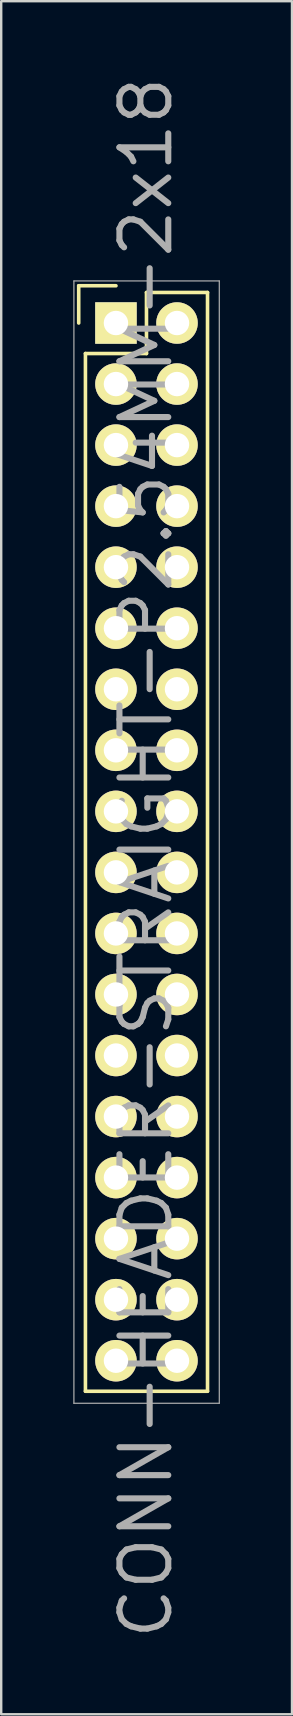
<source format=kicad_pcb>
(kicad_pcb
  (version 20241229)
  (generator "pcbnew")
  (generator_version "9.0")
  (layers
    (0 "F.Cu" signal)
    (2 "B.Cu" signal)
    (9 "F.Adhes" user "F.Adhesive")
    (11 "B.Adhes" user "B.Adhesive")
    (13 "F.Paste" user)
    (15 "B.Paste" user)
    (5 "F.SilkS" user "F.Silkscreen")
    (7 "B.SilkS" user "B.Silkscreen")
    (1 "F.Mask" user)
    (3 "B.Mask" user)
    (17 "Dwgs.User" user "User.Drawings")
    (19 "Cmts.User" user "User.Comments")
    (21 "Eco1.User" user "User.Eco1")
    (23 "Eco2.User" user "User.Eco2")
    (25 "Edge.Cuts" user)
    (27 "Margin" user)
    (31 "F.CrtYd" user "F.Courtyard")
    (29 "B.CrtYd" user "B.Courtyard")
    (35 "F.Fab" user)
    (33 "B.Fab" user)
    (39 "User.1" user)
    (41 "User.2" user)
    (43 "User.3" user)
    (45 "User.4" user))
  (footprint "CONN-HEADER-STRAIGHT-P2.54MM-2x18"
    (layer "F.Cu")
    (at 1.775 10.391)
    (property "Reference" "CONN-HEADER-STRAIGHT-P2.54MM-2x18" (at 1.25 22.25 90) (layer "F.Fab") (effects (font (size 2.032 2.032) (thickness 0.254))))
    (attr smd)
    (fp_line (start -1.55 -1.55) (end -1.55 0) (stroke (width 0.15) (type solid)) (layer "F.SilkS"))
    (fp_line (start -1.27 44.45) (end -1.27 1.27) (stroke (width 0.15) (type solid)) (layer "F.SilkS"))
    (fp_line (start 0 -1.55) (end -1.55 -1.55) (stroke (width 0.15) (type solid)) (layer "F.SilkS"))
    (fp_line (start 1.27 -1.27) (end 1.27 1.27) (stroke (width 0.15) (type solid)) (layer "F.SilkS"))
    (fp_line (start 1.27 1.27) (end -1.27 1.27) (stroke (width 0.15) (type solid)) (layer "F.SilkS"))
    (fp_line (start 3.81 -1.27) (end 1.27 -1.27) (stroke (width 0.15) (type solid)) (layer "F.SilkS"))
    (fp_line (start 3.81 -1.27) (end 3.81 44.45) (stroke (width 0.15) (type solid)) (layer "F.SilkS"))
    (fp_line (start 3.81 44.45) (end -1.27 44.45) (stroke (width 0.15) (type solid)) (layer "F.SilkS"))
    (fp_line (start -1.75 -1.75) (end -1.75 44.95) (stroke (width 0.05) (type solid)) (layer "F.Fab"))
    (fp_line (start -1.75 -1.75) (end 4.3 -1.75) (stroke (width 0.05) (type solid)) (layer "F.Fab"))
    (fp_line (start -1.75 44.95) (end 4.3 44.95) (stroke (width 0.05) (type solid)) (layer "F.Fab"))
    (fp_line (start 4.3 -1.75) (end 4.3 44.95) (stroke (width 0.05) (type solid)) (layer "F.Fab"))
    (pad "1" thru_hole rect (at 0 0) (size 1.727 1.727) (drill 1.016) (layers "*.Cu" "*.Mask" "F.SilkS"))
    (pad "2" thru_hole oval (at 2.54 0) (size 1.727 1.727) (drill 1.016) (layers "*.Cu" "*.Mask" "F.SilkS"))
    (pad "3" thru_hole oval (at 0 2.54) (size 1.727 1.727) (drill 1.016) (layers "*.Cu" "*.Mask" "F.SilkS"))
    (pad "4" thru_hole oval (at 2.54 2.54) (size 1.727 1.727) (drill 1.016) (layers "*.Cu" "*.Mask" "F.SilkS"))
    (pad "5" thru_hole oval (at 0 5.08) (size 1.727 1.727) (drill 1.016) (layers "*.Cu" "*.Mask" "F.SilkS"))
    (pad "6" thru_hole oval (at 2.54 5.08) (size 1.727 1.727) (drill 1.016) (layers "*.Cu" "*.Mask" "F.SilkS"))
    (pad "7" thru_hole oval (at 0 7.62) (size 1.727 1.727) (drill 1.016) (layers "*.Cu" "*.Mask" "F.SilkS"))
    (pad "8" thru_hole oval (at 2.54 7.62) (size 1.727 1.727) (drill 1.016) (layers "*.Cu" "*.Mask" "F.SilkS"))
    (pad "9" thru_hole oval (at 0 10.16) (size 1.727 1.727) (drill 1.016) (layers "*.Cu" "*.Mask" "F.SilkS"))
    (pad "10" thru_hole oval (at 2.54 10.16) (size 1.727 1.727) (drill 1.016) (layers "*.Cu" "*.Mask" "F.SilkS"))
    (pad "11" thru_hole oval (at 0 12.7) (size 1.727 1.727) (drill 1.016) (layers "*.Cu" "*.Mask" "F.SilkS"))
    (pad "12" thru_hole oval (at 2.54 12.7) (size 1.727 1.727) (drill 1.016) (layers "*.Cu" "*.Mask" "F.SilkS"))
    (pad "13" thru_hole oval (at 0 15.24) (size 1.727 1.727) (drill 1.016) (layers "*.Cu" "*.Mask" "F.SilkS"))
    (pad "14" thru_hole oval (at 2.54 15.24) (size 1.727 1.727) (drill 1.016) (layers "*.Cu" "*.Mask" "F.SilkS"))
    (pad "15" thru_hole oval (at 0 17.78) (size 1.727 1.727) (drill 1.016) (layers "*.Cu" "*.Mask" "F.SilkS"))
    (pad "16" thru_hole oval (at 2.54 17.78) (size 1.727 1.727) (drill 1.016) (layers "*.Cu" "*.Mask" "F.SilkS"))
    (pad "17" thru_hole oval (at 0 20.32) (size 1.727 1.727) (drill 1.016) (layers "*.Cu" "*.Mask" "F.SilkS"))
    (pad "18" thru_hole oval (at 2.54 20.32) (size 1.727 1.727) (drill 1.016) (layers "*.Cu" "*.Mask" "F.SilkS"))
    (pad "19" thru_hole oval (at 0 22.86) (size 1.727 1.727) (drill 1.016) (layers "*.Cu" "*.Mask" "F.SilkS"))
    (pad "20" thru_hole oval (at 2.54 22.86) (size 1.727 1.727) (drill 1.016) (layers "*.Cu" "*.Mask" "F.SilkS"))
    (pad "21" thru_hole oval (at 0 25.4) (size 1.727 1.727) (drill 1.016) (layers "*.Cu" "*.Mask" "F.SilkS"))
    (pad "22" thru_hole oval (at 2.54 25.4) (size 1.727 1.727) (drill 1.016) (layers "*.Cu" "*.Mask" "F.SilkS"))
    (pad "23" thru_hole oval (at 0 27.94) (size 1.727 1.727) (drill 1.016) (layers "*.Cu" "*.Mask" "F.SilkS"))
    (pad "24" thru_hole oval (at 2.54 27.94) (size 1.727 1.727) (drill 1.016) (layers "*.Cu" "*.Mask" "F.SilkS"))
    (pad "25" thru_hole oval (at 0 30.48) (size 1.727 1.727) (drill 1.016) (layers "*.Cu" "*.Mask" "F.SilkS"))
    (pad "26" thru_hole oval (at 2.54 30.48) (size 1.727 1.727) (drill 1.016) (layers "*.Cu" "*.Mask" "F.SilkS"))
    (pad "27" thru_hole oval (at 0 33.02) (size 1.727 1.727) (drill 1.016) (layers "*.Cu" "*.Mask" "F.SilkS"))
    (pad "28" thru_hole oval (at 2.54 33.02) (size 1.727 1.727) (drill 1.016) (layers "*.Cu" "*.Mask" "F.SilkS"))
    (pad "29" thru_hole oval (at 0 35.56) (size 1.727 1.727) (drill 1.016) (layers "*.Cu" "*.Mask" "F.SilkS"))
    (pad "30" thru_hole oval (at 2.54 35.56) (size 1.727 1.727) (drill 1.016) (layers "*.Cu" "*.Mask" "F.SilkS"))
    (pad "31" thru_hole oval (at 0 38.1) (size 1.727 1.727) (drill 1.016) (layers "*.Cu" "*.Mask" "F.SilkS"))
    (pad "32" thru_hole oval (at 2.54 38.1) (size 1.727 1.727) (drill 1.016) (layers "*.Cu" "*.Mask" "F.SilkS"))
    (pad "33" thru_hole oval (at 0 40.64) (size 1.727 1.727) (drill 1.016) (layers "*.Cu" "*.Mask" "F.SilkS"))
    (pad "34" thru_hole oval (at 2.54 40.64) (size 1.727 1.727) (drill 1.016) (layers "*.Cu" "*.Mask" "F.SilkS"))
    (pad "35" thru_hole oval (at 0 43.18) (size 1.727 1.727) (drill 1.016) (layers "*.Cu" "*.Mask" "F.SilkS"))
    (pad "36" thru_hole oval (at 2.54 43.18) (size 1.727 1.727) (drill 1.016) (layers "*.Cu" "*.Mask" "F.SilkS")))
  (gr_rect
    (start -3 -3)
    (end 9.1 68.283)
    (stroke (width 0.1) (type default))
    (fill no)
    (layer "Edge.Cuts")))
</source>
